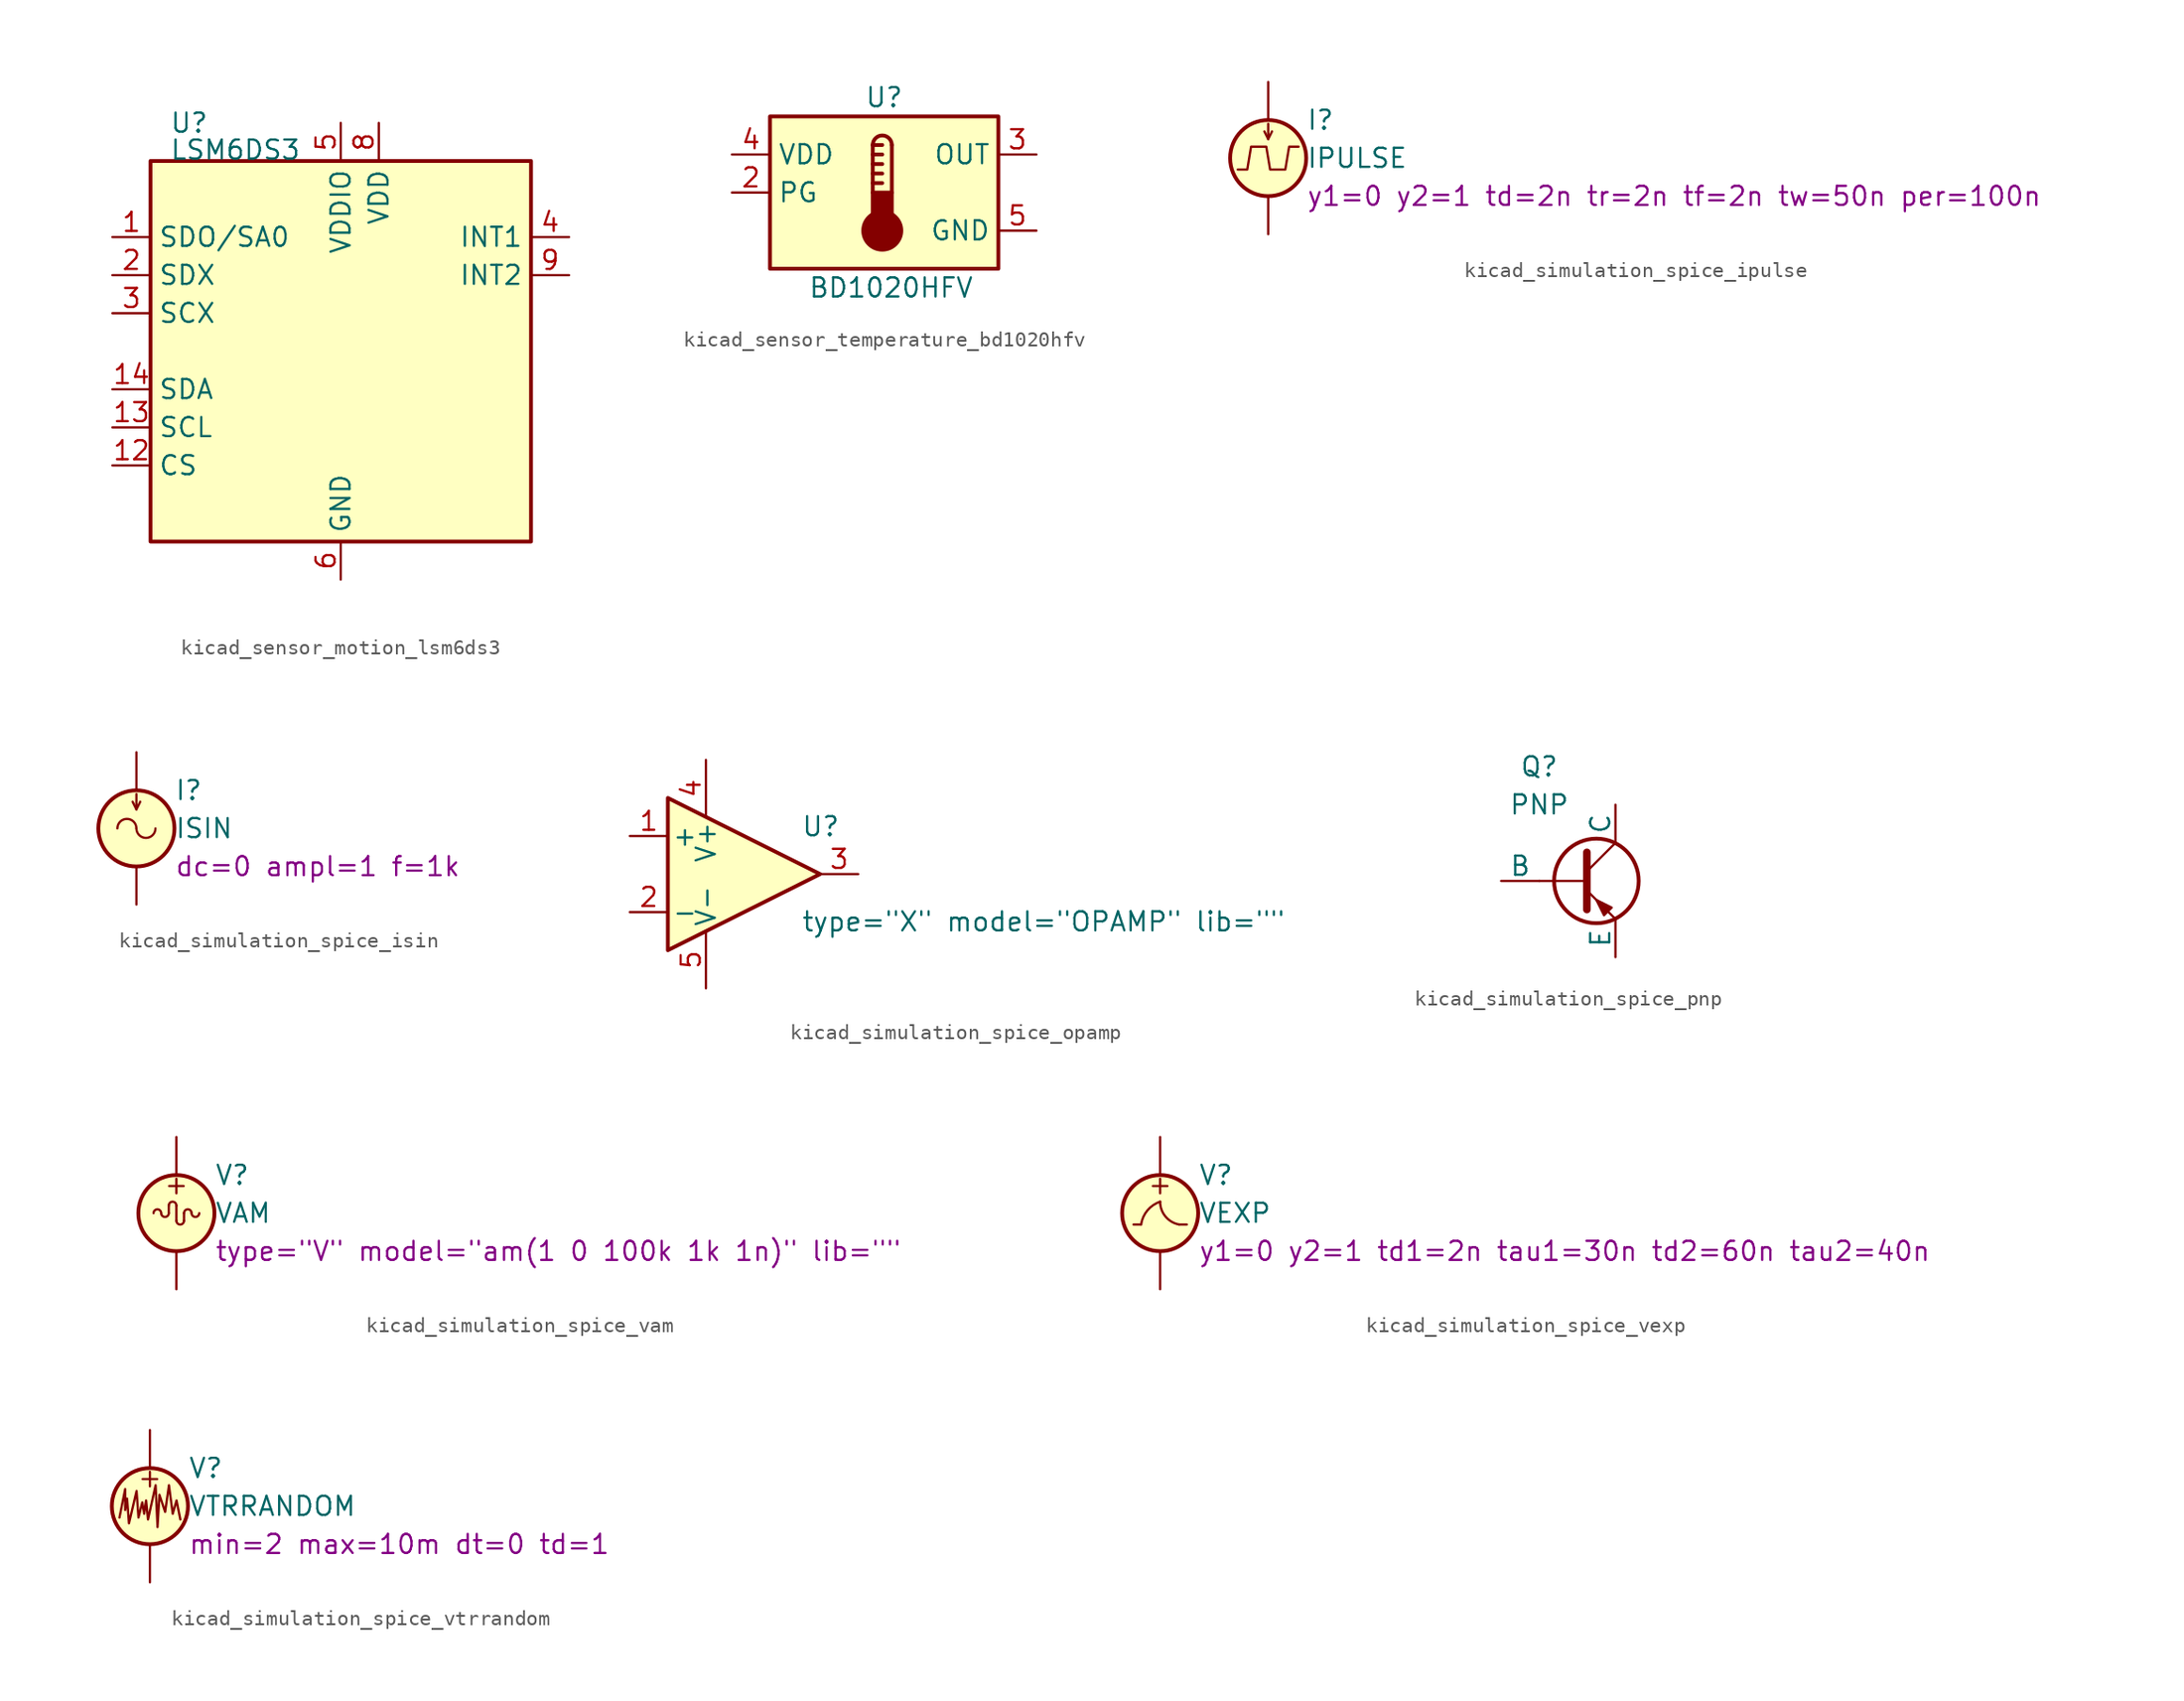
<source format=kicad_sym>
(kicad_symbol_lib
  (version 20220914)
  (generator kicad_symbol_editor)
  (symbol "kicad_sensor_motion_lsm6ds3"
    (property "Reference" "U"
      (at -11.43 15.24 0)
      (effects (font (size 1.27 1.27)) (justify left)))
    (property "Value" "LSM6DS3"
      (at -11.43 12.7 0)
      (effects (font (size 1.27 1.27)) (justify left bottom)))
    (symbol "kicad_sensor_motion_lsm6ds3_0_1"
      (rectangle (start -12.7 12.7) (end 12.7 -12.7) (stroke (width 0.254) (type default)) (fill (type background))))
    (symbol "kicad_sensor_motion_lsm6ds3_1_1"
      (pin bidirectional line (at -15.24 7.62 0) (length 2.54) (name "SDO/SA0" (effects (font (size 1.27 1.27)))) (number "1" (effects (font (size 1.27 1.27)))))
      (pin no_connect line (at 12.7 -5.08 180) (length 3.81) hide (name "NC" (effects (font (size 1.27 1.27)))) (number "10" (effects (font (size 1.27 1.27)))))
      (pin no_connect line (at 12.7 -2.54 180) (length 3.81) hide (name "NC" (effects (font (size 1.27 1.27)))) (number "11" (effects (font (size 1.27 1.27)))))
      (pin input line (at -15.24 -7.62 0) (length 2.54) (name "CS" (effects (font (size 1.27 1.27)))) (number "12" (effects (font (size 1.27 1.27)))))
      (pin input line (at -15.24 -5.08 0) (length 2.54) (name "SCL" (effects (font (size 1.27 1.27)))) (number "13" (effects (font (size 1.27 1.27)))))
      (pin bidirectional line (at -15.24 -2.54 0) (length 2.54) (name "SDA" (effects (font (size 1.27 1.27)))) (number "14" (effects (font (size 1.27 1.27)))))
      (pin bidirectional line (at -15.24 5.08 0) (length 2.54) (name "SDX" (effects (font (size 1.27 1.27)))) (number "2" (effects (font (size 1.27 1.27)))))
      (pin input line (at -15.24 2.54 0) (length 2.54) (name "SCX" (effects (font (size 1.27 1.27)))) (number "3" (effects (font (size 1.27 1.27)))))
      (pin output line (at 15.24 7.62 180) (length 2.54) (name "INT1" (effects (font (size 1.27 1.27)))) (number "4" (effects (font (size 1.27 1.27)))))
      (pin power_in line (at 0 15.24 270) (length 2.54) (name "VDDIO" (effects (font (size 1.27 1.27)))) (number "5" (effects (font (size 1.27 1.27)))))
      (pin power_in line (at 0 -15.24 90) (length 2.54) (name "GND" (effects (font (size 1.27 1.27)))) (number "6" (effects (font (size 1.27 1.27)))))
      (pin passive line (at 0 -15.24 90) (length 2.54) hide (name "GND" (effects (font (size 1.27 1.27)))) (number "7" (effects (font (size 1.27 1.27)))))
      (pin power_in line (at 2.54 15.24 270) (length 2.54) (name "VDD" (effects (font (size 1.27 1.27)))) (number "8" (effects (font (size 1.27 1.27)))))
      (pin output line (at 15.24 5.08 180) (length 2.54) (name "INT2" (effects (font (size 1.27 1.27)))) (number "9" (effects (font (size 1.27 1.27)))))))
  (symbol "kicad_sensor_temperature_bd1020hfv"
    (property "Reference" "U"
      (at 0 6.35 0)
      (effects (font (size 1.27 1.27))))
    (property "Value" "BD1020HFV"
      (at -5.08 -6.35 0)
      (effects (font (size 1.27 1.27)) (justify left)))
    (symbol "kicad_sensor_temperature_bd1020hfv_0_1"
      (rectangle (start -7.62 5.08) (end 7.62 -5.08) (stroke (width 0.254) (type default)) (fill (type background)))
      (circle (center -0.127 -2.54) (radius 1.27) (stroke (width 0.254) (type default)) (fill (type outline)))
      (polyline (pts (xy -0.762 0.635) (xy -0.127 0.635)) (stroke (width 0.254) (type default)) (fill (type none)))
      (polyline (pts (xy -0.762 1.27) (xy -0.127 1.27)) (stroke (width 0.254) (type default)) (fill (type none)))
      (polyline (pts (xy -0.762 1.905) (xy -0.127 1.905)) (stroke (width 0.254) (type default)) (fill (type none)))
      (polyline (pts (xy -0.762 2.54) (xy -0.127 2.54)) (stroke (width 0.254) (type default)) (fill (type none)))
      (polyline (pts (xy -0.762 3.175) (xy -0.762 0)) (stroke (width 0.254) (type default)) (fill (type none)))
      (polyline (pts (xy -0.762 3.175) (xy -0.127 3.175)) (stroke (width 0.254) (type default)) (fill (type none)))
      (polyline (pts (xy 0.508 3.175) (xy 0.508 0)) (stroke (width 0.254) (type default)) (fill (type none)))
      (rectangle (start 0.508 -1.905) (end -0.762 0) (stroke (width 0.254) (type default)) (fill (type outline)))
      (arc (start 0.508 3.175) (mid -0.127 3.8073) (end -0.762 3.175) (stroke (width 0.254) (type default)) (fill (type none))))
    (symbol "kicad_sensor_temperature_bd1020hfv_1_1"
      (pin no_connect line (at -7.62 -2.54 0) (length 2.54) hide (name "NC" (effects (font (size 1.27 1.27)))) (number "1" (effects (font (size 1.27 1.27)))))
      (pin passive line (at -10.16 0 0) (length 2.54) (name "PG" (effects (font (size 1.27 1.27)))) (number "2" (effects (font (size 1.27 1.27)))))
      (pin output line (at 10.16 2.54 180) (length 2.54) (name "OUT" (effects (font (size 1.27 1.27)))) (number "3" (effects (font (size 1.27 1.27)))))
      (pin power_in line (at -10.16 2.54 0) (length 2.54) (name "VDD" (effects (font (size 1.27 1.27)))) (number "4" (effects (font (size 1.27 1.27)))))
      (pin power_in line (at 10.16 -2.54 180) (length 2.54) (name "GND" (effects (font (size 1.27 1.27)))) (number "5" (effects (font (size 1.27 1.27)))))))
  (symbol "kicad_simulation_spice_ipulse"
    (pin_numbers hide)
    (pin_names
      (offset 0.025))
    (property "Reference" "I"
      (at 2.54 2.54 0)
      (effects (font (size 1.27 1.27)) (justify left)))
    (property "Value" "IPULSE"
      (at 2.54 0 0)
      (effects (font (size 1.27 1.27)) (justify left)))
    (property "Sim.Params" "y1=0 y2=1 td=2n tr=2n tf=2n tw=50n per=100n"
      (at 2.54 -2.54 0)
      (effects (font (size 1.27 1.27)) (justify left)))
    (symbol "kicad_simulation_spice_ipulse_0_0"
      (polyline (pts (xy -2.032 -0.762) (xy -1.397 -0.762) (xy -1.143 0.762) (xy -0.127 0.762) (xy 0.127 -0.762) (xy 1.143 -0.762) (xy 1.397 0.762) (xy 2.032 0.762)) (stroke (width 0) (type default)) (fill (type none))))
    (symbol "kicad_simulation_spice_ipulse_0_1"
      (polyline (pts (xy 0 1.27) (xy 0 2.286)) (stroke (width 0) (type default)) (fill (type none)))
      (polyline (pts (xy -0.254 1.778) (xy 0 1.27) (xy 0.254 1.778)) (stroke (width 0) (type default)) (fill (type none)))
      (circle (center 0 0) (radius 2.54) (stroke (width 0.254) (type default)) (fill (type background))))
    (symbol "kicad_simulation_spice_ipulse_1_1"
      (pin passive line (at 0 5.08 270) (length 2.54) (name "~" (effects (font (size 1.27 1.27)))) (number "1" (effects (font (size 1.27 1.27)))))
      (pin passive line (at 0 -5.08 90) (length 2.54) (name "~" (effects (font (size 1.27 1.27)))) (number "2" (effects (font (size 1.27 1.27)))))))
  (symbol "kicad_simulation_spice_isin"
    (pin_numbers hide)
    (pin_names
      (offset 0.025))
    (property "Reference" "I"
      (at 2.54 2.54 0)
      (effects (font (size 1.27 1.27)) (justify left)))
    (property "Value" "ISIN"
      (at 2.54 0 0)
      (effects (font (size 1.27 1.27)) (justify left)))
    (property "Sim.Params" "dc=0 ampl=1 f=1k"
      (at 2.54 -2.54 0)
      (effects (font (size 1.27 1.27)) (justify left)))
    (symbol "kicad_simulation_spice_isin_0_0"
      (arc (start 0 0) (mid -0.635 0.6323) (end -1.27 0) (stroke (width 0) (type default)) (fill (type none)))
      (arc (start 0 0) (mid 0.635 -0.6323) (end 1.27 0) (stroke (width 0) (type default)) (fill (type none))))
    (symbol "kicad_simulation_spice_isin_0_1"
      (polyline (pts (xy 0 1.27) (xy 0 2.286)) (stroke (width 0) (type default)) (fill (type none)))
      (polyline (pts (xy -0.254 1.778) (xy 0 1.27) (xy 0.254 1.778)) (stroke (width 0) (type default)) (fill (type none)))
      (circle (center 0 0) (radius 2.54) (stroke (width 0.254) (type default)) (fill (type background))))
    (symbol "kicad_simulation_spice_isin_1_1"
      (pin passive line (at 0 5.08 270) (length 2.54) (name "~" (effects (font (size 1.27 1.27)))) (number "1" (effects (font (size 1.27 1.27)))))
      (pin passive line (at 0 -5.08 90) (length 2.54) (name "~" (effects (font (size 1.27 1.27)))) (number "2" (effects (font (size 1.27 1.27)))))))
  (symbol "kicad_simulation_spice_opamp"
    (pin_names
      (offset 0.254))
    (property "Reference" "U"
      (at 3.81 3.175 0)
      (effects (font (size 1.27 1.27)) (justify left)))
    (property "Value" "${SIM.PARAMS}"
      (at 3.81 -3.175 0)
      (effects (font (size 1.27 1.27)) (justify left)))
    (property "Sim.Params" "type=\"X\" model=\"OPAMP\" lib=\"\""
      (at 0 0 0)
      (effects (font (size 1.27 1.27)) hide))
    (symbol "kicad_simulation_spice_opamp_0_1"
      (polyline (pts (xy 5.08 0) (xy -5.08 5.08) (xy -5.08 -5.08) (xy 5.08 0)) (stroke (width 0.254) (type default)) (fill (type background))))
    (symbol "kicad_simulation_spice_opamp_1_1"
      (pin input line (at -7.62 2.54 0) (length 2.54) (name "+" (effects (font (size 1.27 1.27)))) (number "1" (effects (font (size 1.27 1.27)))))
      (pin input line (at -7.62 -2.54 0) (length 2.54) (name "-" (effects (font (size 1.27 1.27)))) (number "2" (effects (font (size 1.27 1.27)))))
      (pin output line (at 7.62 0 180) (length 2.54) (name "~" (effects (font (size 1.27 1.27)))) (number "3" (effects (font (size 1.27 1.27)))))
      (pin power_in line (at -2.54 7.62 270) (length 3.81) (name "V+" (effects (font (size 1.27 1.27)))) (number "4" (effects (font (size 1.27 1.27)))))
      (pin power_in line (at -2.54 -7.62 90) (length 3.81) (name "V-" (effects (font (size 1.27 1.27)))) (number "5" (effects (font (size 1.27 1.27)))))))
  (symbol "kicad_simulation_spice_pnp"
    (pin_numbers hide)
    (pin_names
      (offset 0))
    (property "Reference" "Q"
      (at -2.54 7.62 0)
      (effects (font (size 1.27 1.27))))
    (property "Value" "PNP"
      (at -2.54 5.08 0)
      (effects (font (size 1.27 1.27))))
    (symbol "kicad_simulation_spice_pnp_0_1"
      (polyline (pts (xy -2.54 0) (xy 0.635 0)) (stroke (width 0.152) (type default)) (fill (type none)))
      (polyline (pts (xy 0.635 0.635) (xy 2.54 2.54)) (stroke (width 0) (type default)) (fill (type none)))
      (polyline (pts (xy 0.635 -0.635) (xy 2.54 -2.54) (xy 2.54 -2.54)) (stroke (width 0) (type default)) (fill (type none)))
      (polyline (pts (xy 0.635 1.905) (xy 0.635 -1.905) (xy 0.635 -1.905)) (stroke (width 0.508) (type default)) (fill (type none)))
      (polyline (pts (xy 2.286 -1.778) (xy 1.778 -2.286) (xy 1.27 -1.27) (xy 2.286 -1.778) (xy 2.286 -1.778)) (stroke (width 0) (type default)) (fill (type outline)))
      (circle (center 1.27 0) (radius 2.819) (stroke (width 0.254) (type default)) (fill (type none))))
    (symbol "kicad_simulation_spice_pnp_1_1"
      (pin open_collector line (at 2.54 5.08 270) (length 2.54) (name "C" (effects (font (size 1.27 1.27)))) (number "1" (effects (font (size 1.27 1.27)))))
      (pin input line (at -5.08 0 0) (length 2.54) (name "B" (effects (font (size 1.27 1.27)))) (number "2" (effects (font (size 1.27 1.27)))))
      (pin open_emitter line (at 2.54 -5.08 90) (length 2.54) (name "E" (effects (font (size 1.27 1.27)))) (number "3" (effects (font (size 1.27 1.27)))))))
  (symbol "kicad_simulation_spice_vam"
    (pin_numbers hide)
    (pin_names
      (offset 0.025))
    (property "Reference" "V"
      (at 2.54 2.54 0)
      (effects (font (size 1.27 1.27)) (justify left)))
    (property "Value" "VAM"
      (at 2.54 0 0)
      (effects (font (size 1.27 1.27)) (justify left)))
    (property "Sim.Params" "type=\"V\" model=\"am(1 0 100k 1k 1n)\" lib=\"\""
      (at 2.54 -2.54 0)
      (effects (font (size 1.27 1.27)) (justify left)))
    (symbol "kicad_simulation_spice_vam_0_0"
      (arc (start 0 0.508) (mid -0.254 0.7609) (end -0.508 0.508) (stroke (width 0) (type default)) (fill (type none)))
      (text "+" (at 0 1.905 0) (effects (font (size 1.27 1.27)))))
    (symbol "kicad_simulation_spice_vam_0_1"
      (arc (start -1.016 0) (mid -1.27 0.2529) (end -1.524 0) (stroke (width 0) (type default)) (fill (type none)))
      (arc (start -1.016 0) (mid -0.762 -0.2529) (end -0.508 0) (stroke (width 0) (type default)) (fill (type none)))
      (arc (start 0 -0.508) (mid 0.254 -0.7609) (end 0.508 -0.508) (stroke (width 0) (type default)) (fill (type none)))
      (polyline (pts (xy -0.508 0.508) (xy -0.508 0)) (stroke (width 0) (type default)) (fill (type none)))
      (polyline (pts (xy 0 0.508) (xy 0 -0.508)) (stroke (width 0) (type default)) (fill (type none)))
      (polyline (pts (xy 0.508 -0.508) (xy 0.508 0)) (stroke (width 0) (type default)) (fill (type none)))
      (circle (center 0 0) (radius 2.54) (stroke (width 0.254) (type default)) (fill (type background)))
      (arc (start 1.016 0) (mid 0.762 0.2529) (end 0.508 0) (stroke (width 0) (type default)) (fill (type none)))
      (arc (start 1.016 0) (mid 1.27 -0.2529) (end 1.524 0) (stroke (width 0) (type default)) (fill (type none))))
    (symbol "kicad_simulation_spice_vam_1_1"
      (pin passive line (at 0 5.08 270) (length 2.54) (name "~" (effects (font (size 1.27 1.27)))) (number "1" (effects (font (size 1.27 1.27)))))
      (pin passive line (at 0 -5.08 90) (length 2.54) (name "~" (effects (font (size 1.27 1.27)))) (number "2" (effects (font (size 1.27 1.27)))))))
  (symbol "kicad_simulation_spice_vexp"
    (pin_numbers hide)
    (pin_names
      (offset 0.025))
    (property "Reference" "V"
      (at 2.54 2.54 0)
      (effects (font (size 1.27 1.27)) (justify left)))
    (property "Value" "VEXP"
      (at 2.54 0 0)
      (effects (font (size 1.27 1.27)) (justify left)))
    (property "Sim.Params" "y1=0 y2=1 td1=2n tau1=30n td2=60n tau2=40n"
      (at 2.54 -2.54 0)
      (effects (font (size 1.27 1.27)) (justify left)))
    (symbol "kicad_simulation_spice_vexp_0_0"
      (polyline (pts (xy -1.27 -0.762) (xy -1.778 -0.762)) (stroke (width 0) (type default)) (fill (type none)))
      (polyline (pts (xy 1.27 -0.762) (xy 1.778 -0.762)) (stroke (width 0) (type default)) (fill (type none)))
      (arc (start 0 0.762) (mid -0.851 0.1794) (end -1.27 -0.762) (stroke (width 0) (type default)) (fill (type none)))
      (arc (start 0 0.762) (mid 0.3591 -0.2299) (end 1.27 -0.762) (stroke (width 0) (type default)) (fill (type none)))
      (text "+" (at 0 1.905 0) (effects (font (size 1.27 1.27)))))
    (symbol "kicad_simulation_spice_vexp_0_1"
      (circle (center 0 0) (radius 2.54) (stroke (width 0.254) (type default)) (fill (type background))))
    (symbol "kicad_simulation_spice_vexp_1_1"
      (pin passive line (at 0 5.08 270) (length 2.54) (name "~" (effects (font (size 1.27 1.27)))) (number "1" (effects (font (size 1.27 1.27)))))
      (pin passive line (at 0 -5.08 90) (length 2.54) (name "~" (effects (font (size 1.27 1.27)))) (number "2" (effects (font (size 1.27 1.27)))))))
  (symbol "kicad_simulation_spice_vtrrandom"
    (pin_numbers hide)
    (pin_names
      (offset 0.025))
    (property "Reference" "V"
      (at 2.54 2.54 0)
      (effects (font (size 1.27 1.27)) (justify left)))
    (property "Value" "VTRRANDOM"
      (at 2.54 0 0)
      (effects (font (size 1.27 1.27)) (justify left)))
    (property "Sim.Params" "min=2 max=10m dt=0 td=1"
      (at 2.54 -2.54 0)
      (effects (font (size 1.27 1.27)) (justify left)))
    (symbol "kicad_simulation_spice_vtrrandom_0_0"
      (text "+" (at 0 1.905 0) (effects (font (size 1.27 1.27)))))
    (symbol "kicad_simulation_spice_vtrrandom_0_1"
      (polyline (pts (xy -2.032 -0.762) (xy -1.651 1.143) (xy -1.651 -0.254) (xy -1.524 0.508) (xy -1.397 -1.143) (xy -0.889 1.016) (xy -0.762 -0.762) (xy -0.508 0.254) (xy -0.381 -0.508) (xy -0.254 0.381) (xy -0.127 -0.889) (xy 0.381 1.397) (xy 0.508 -1.397) (xy 0.635 0.762) (xy 1.016 -0.381) (xy 1.27 1.397) (xy 1.524 -0.508) (xy 1.778 0.381) (xy 2.032 -0.889)) (stroke (width 0) (type default)) (fill (type none)))
      (circle (center 0 0) (radius 2.54) (stroke (width 0.254) (type default)) (fill (type background))))
    (symbol "kicad_simulation_spice_vtrrandom_1_1"
      (pin passive line (at 0 5.08 270) (length 2.54) (name "~" (effects (font (size 1.27 1.27)))) (number "1" (effects (font (size 1.27 1.27)))))
      (pin passive line (at 0 -5.08 90) (length 2.54) (name "~" (effects (font (size 1.27 1.27)))) (number "2" (effects (font (size 1.27 1.27))))))))
</source>
